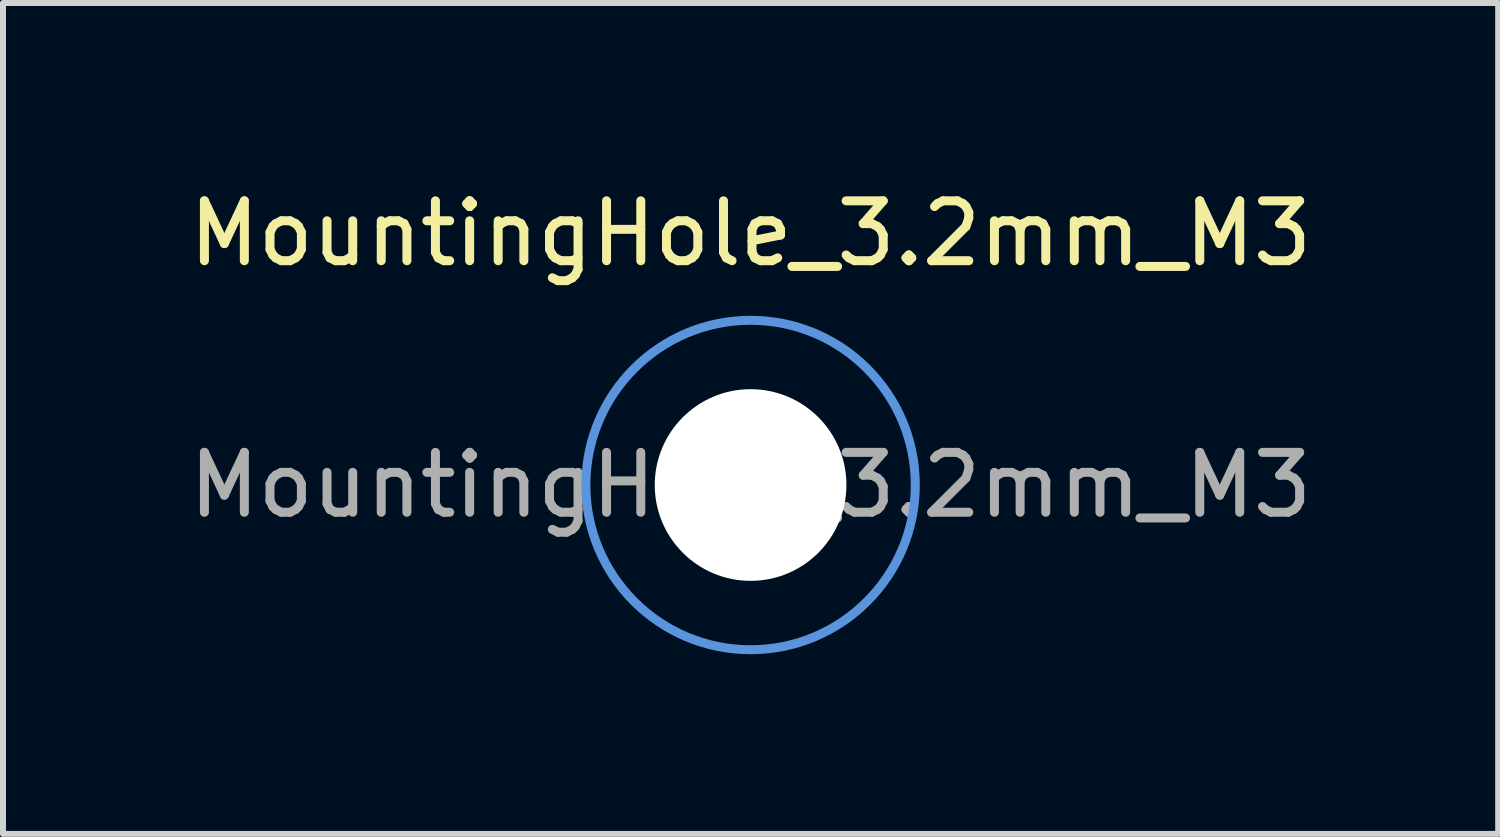
<source format=kicad_pcb>
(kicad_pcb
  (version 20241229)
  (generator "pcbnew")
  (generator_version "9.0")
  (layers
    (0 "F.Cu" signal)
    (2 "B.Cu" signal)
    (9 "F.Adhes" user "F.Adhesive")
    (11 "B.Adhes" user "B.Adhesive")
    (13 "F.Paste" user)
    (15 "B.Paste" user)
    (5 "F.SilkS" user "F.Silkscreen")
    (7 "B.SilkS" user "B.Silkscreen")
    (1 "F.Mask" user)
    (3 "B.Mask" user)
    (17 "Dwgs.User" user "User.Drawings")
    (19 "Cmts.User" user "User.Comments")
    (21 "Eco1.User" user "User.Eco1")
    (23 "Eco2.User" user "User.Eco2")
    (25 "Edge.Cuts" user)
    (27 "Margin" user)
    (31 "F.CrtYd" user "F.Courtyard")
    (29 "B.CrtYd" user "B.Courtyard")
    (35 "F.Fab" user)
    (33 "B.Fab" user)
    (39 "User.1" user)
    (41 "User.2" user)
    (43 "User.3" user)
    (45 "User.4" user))
  (footprint "MountingHole_3.2mm_M3"
    (layer "F.Cu")
    (at 9.482 5.048)
    (property "Reference" "MountingHole_3.2mm_M3" (at 0 -4.2 0) (layer "F.SilkS") (effects (font (size 1 1) (thickness 0.15))))
    (attr exclude_from_pos_files exclude_from_bom)
    (fp_circle (center 0 0) (end 2.75 0) (stroke (width 0.15) (type solid)) (fill no) (layer "Cmts.User"))
    (fp_circle (center 0 0) (end 2.75 0) (stroke (width 0.05) (type solid)) (fill no) (layer "F.CrtYd"))
    (fp_text user "${REFERENCE}" (at 0 0 0) (layer "F.Fab") (effects (font (size 1 1) (thickness 0.15))))
    (pad "" np_thru_hole circle (at 0 0) (size 3.2 3.2) (drill 3.2) (layers "*.Cu" "*.Mask")))
  (gr_rect
    (start -3 -3)
    (end 21.964 10.873)
    (stroke (width 0.1) (type default))
    (fill no)
    (layer "Edge.Cuts")))
</source>
